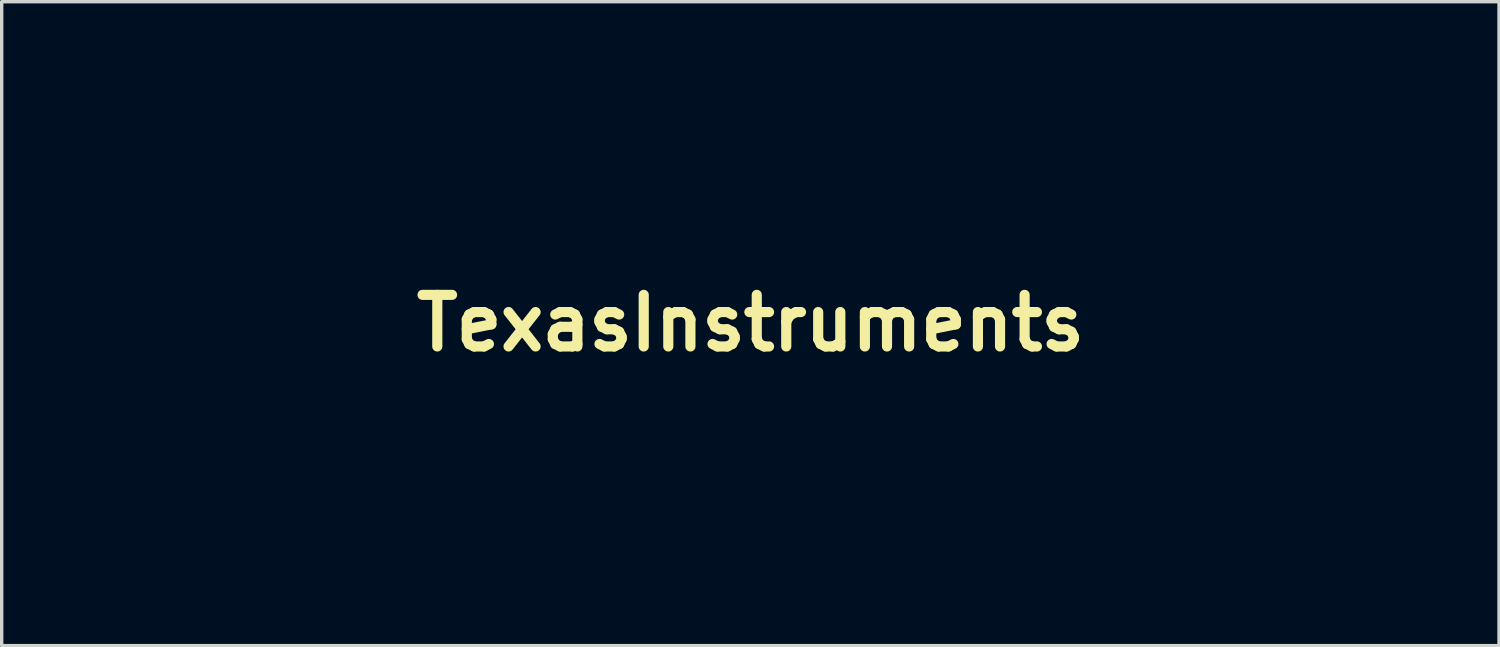
<source format=kicad_pcb>
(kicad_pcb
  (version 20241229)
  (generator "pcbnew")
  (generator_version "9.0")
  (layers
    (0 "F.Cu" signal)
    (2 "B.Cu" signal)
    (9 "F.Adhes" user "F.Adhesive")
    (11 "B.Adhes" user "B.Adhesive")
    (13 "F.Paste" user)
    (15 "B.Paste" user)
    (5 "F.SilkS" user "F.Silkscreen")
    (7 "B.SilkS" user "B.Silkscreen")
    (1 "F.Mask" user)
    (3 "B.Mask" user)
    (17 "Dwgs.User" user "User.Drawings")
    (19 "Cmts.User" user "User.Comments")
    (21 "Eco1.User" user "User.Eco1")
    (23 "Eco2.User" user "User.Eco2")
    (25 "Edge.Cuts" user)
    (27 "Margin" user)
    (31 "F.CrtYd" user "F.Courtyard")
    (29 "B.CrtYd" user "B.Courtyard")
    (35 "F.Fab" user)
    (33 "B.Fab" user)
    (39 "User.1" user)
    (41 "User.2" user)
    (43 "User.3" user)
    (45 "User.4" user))
  (footprint "TexasInstruments"
    (layer "F.Cu")
    (at 19.117 6.492)
    (property "Reference" "TexasInstruments" (at 0 0 0) (layer "F.SilkS") (effects (font (size 1.524 1.524) (thickness 0.3))))
    (attr board_only exclude_from_pos_files exclude_from_bom)
    (fp_poly (pts (xy -13.07 -5.571) (xy -12.945 -5.466) (xy -12.883 -5.372) (xy -12.838 -5.221) (xy -12.854 -5.07) (xy -12.925 -4.934) (xy -13.045 -4.825) (xy -13.122 -4.785) (xy -13.25 -4.747) (xy -13.37 -4.751) (xy -13.509 -4.798) (xy -13.523 -4.804) (xy -13.655 -4.897) (xy -13.739 -5.023) (xy -13.77 -5.168) (xy -13.747 -5.316) (xy -13.665 -5.454) (xy -13.528 -5.567) (xy -13.375 -5.623) (xy -13.217 -5.624)) (stroke (width 0.1) (type solid)) (fill no) (layer "Eco1.User"))
    (fp_poly (pts (xy -13.308 -4.505) (xy -13.191 -4.502) (xy -13.12 -4.495) (xy -13.085 -4.483) (xy -13.076 -4.463) (xy -13.079 -4.448) (xy -13.09 -4.403) (xy -13.112 -4.301) (xy -13.145 -4.147) (xy -13.188 -3.949) (xy -13.238 -3.712) (xy -13.294 -3.445) (xy -13.356 -3.155) (xy -13.401 -2.938) (xy -13.465 -2.636) (xy -13.524 -2.354) (xy -13.579 -2.099) (xy -13.627 -1.878) (xy -13.666 -1.696) (xy -13.696 -1.562) (xy -13.715 -1.482) (xy -13.721 -1.461) (xy -13.759 -1.45) (xy -13.846 -1.442) (xy -13.966 -1.437) (xy -14.104 -1.436) (xy -14.245 -1.437) (xy -14.373 -1.441) (xy -14.472 -1.448) (xy -14.527 -1.458) (xy -14.533 -1.464) (xy -14.527 -1.501) (xy -14.507 -1.597) (xy -14.477 -1.745) (xy -14.437 -1.939) (xy -14.389 -2.172) (xy -14.333 -2.436) (xy -14.272 -2.726) (xy -14.217 -2.988) (xy -14.152 -3.294) (xy -14.092 -3.58) (xy -14.037 -3.838) (xy -13.99 -4.063) (xy -13.951 -4.247) (xy -13.922 -4.385) (xy -13.905 -4.47) (xy -13.9 -4.495) (xy -13.869 -4.499) (xy -13.783 -4.503) (xy -13.657 -4.505) (xy -13.501 -4.506) (xy -13.481 -4.506)) (stroke (width 0.1) (type solid)) (fill no) (layer "Eco1.User"))
    (fp_poly (pts (xy -8.671 2.845) (xy -7.193 2.854) (xy -7.063 3.221) (xy -7.012 3.37) (xy -6.97 3.497) (xy -6.943 3.589) (xy -6.934 3.631) (xy -6.952 3.684) (xy -7.004 3.687) (xy -7.079 3.643) (xy -7.154 3.572) (xy -7.252 3.472) (xy -7.346 3.402) (xy -7.453 3.357) (xy -7.588 3.33) (xy -7.769 3.314) (xy -7.841 3.311) (xy -8.198 3.296) (xy -8.234 3.39) (xy -8.245 3.454) (xy -8.253 3.585) (xy -8.258 3.782) (xy -8.261 4.045) (xy -8.262 4.373) (xy -8.26 4.755) (xy -8.257 5.098) (xy -8.254 5.381) (xy -8.249 5.61) (xy -8.242 5.79) (xy -8.231 5.93) (xy -8.216 6.034) (xy -8.195 6.11) (xy -8.168 6.163) (xy -8.133 6.201) (xy -8.089 6.228) (xy -8.035 6.253) (xy -8.014 6.261) (xy -7.939 6.305) (xy -7.901 6.351) (xy -7.9 6.359) (xy -7.908 6.375) (xy -7.938 6.388) (xy -7.996 6.397) (xy -8.092 6.403) (xy -8.232 6.406) (xy -8.425 6.408) (xy -8.633 6.408) (xy -8.873 6.408) (xy -9.054 6.407) (xy -9.185 6.403) (xy -9.273 6.398) (xy -9.327 6.389) (xy -9.355 6.377) (xy -9.366 6.36) (xy -9.367 6.349) (xy -9.337 6.293) (xy -9.267 6.252) (xy -9.18 6.193) (xy -9.133 6.125) (xy -9.124 6.065) (xy -9.117 5.942) (xy -9.111 5.758) (xy -9.108 5.516) (xy -9.106 5.218) (xy -9.107 4.868) (xy -9.108 4.678) (xy -9.117 3.321) (xy -9.467 3.323) (xy -9.665 3.329) (xy -9.816 3.348) (xy -9.936 3.388) (xy -10.045 3.453) (xy -10.16 3.552) (xy -10.188 3.578) (xy -10.28 3.657) (xy -10.336 3.681) (xy -10.35 3.672) (xy -10.35 3.627) (xy -10.334 3.531) (xy -10.305 3.399) (xy -10.264 3.244) (xy -10.262 3.235) (xy -10.15 2.836)) (stroke (width 0.1) (type solid)) (fill no) (layer "Eco1.User"))
    (fp_poly (pts (xy -18.018 1.703) (xy -17.817 1.707) (xy -17.673 1.714) (xy -17.58 1.726) (xy -17.535 1.744) (xy -17.532 1.768) (xy -17.566 1.801) (xy -17.633 1.842) (xy -17.634 1.843) (xy -17.714 1.908) (xy -17.767 1.986) (xy -17.767 1.987) (xy -17.774 2.04) (xy -17.781 2.156) (xy -17.786 2.332) (xy -17.791 2.566) (xy -17.795 2.852) (xy -17.798 3.19) (xy -17.799 3.574) (xy -17.8 4.002) (xy -17.8 4.042) (xy -17.8 4.468) (xy -17.8 4.833) (xy -17.799 5.141) (xy -17.796 5.397) (xy -17.792 5.606) (xy -17.786 5.775) (xy -17.778 5.907) (xy -17.767 6.008) (xy -17.753 6.082) (xy -17.735 6.136) (xy -17.713 6.174) (xy -17.686 6.2) (xy -17.654 6.221) (xy -17.62 6.24) (xy -17.557 6.293) (xy -17.533 6.347) (xy -17.537 6.367) (xy -17.553 6.382) (xy -17.59 6.393) (xy -17.655 6.4) (xy -17.756 6.405) (xy -17.902 6.407) (xy -18.1 6.408) (xy -18.3 6.408) (xy -18.55 6.408) (xy -18.741 6.406) (xy -18.88 6.402) (xy -18.975 6.395) (xy -19.033 6.386) (xy -19.061 6.374) (xy -19.067 6.361) (xy -19.04 6.318) (xy -18.971 6.263) (xy -18.925 6.235) (xy -18.81 6.151) (xy -18.746 6.048) (xy -18.744 6.041) (xy -18.734 5.992) (xy -18.726 5.902) (xy -18.719 5.769) (xy -18.714 5.587) (xy -18.71 5.354) (xy -18.706 5.067) (xy -18.704 4.723) (xy -18.702 4.316) (xy -18.702 4.022) (xy -18.702 3.598) (xy -18.702 3.236) (xy -18.702 2.931) (xy -18.705 2.677) (xy -18.71 2.469) (xy -18.717 2.302) (xy -18.727 2.171) (xy -18.742 2.07) (xy -18.76 1.996) (xy -18.784 1.942) (xy -18.813 1.903) (xy -18.848 1.874) (xy -18.889 1.85) (xy -18.938 1.826) (xy -18.942 1.825) (xy -19.015 1.781) (xy -19.049 1.743) (xy -19.048 1.733) (xy -19.011 1.724) (xy -18.916 1.716) (xy -18.773 1.71) (xy -18.592 1.705) (xy -18.382 1.703) (xy -18.281 1.702)) (stroke (width 0.1) (type solid)) (fill no) (layer "Eco1.User"))
    (fp_poly (pts (xy 15.862 3.237) (xy 15.915 3.391) (xy 15.955 3.523) (xy 15.979 3.62) (xy 15.985 3.669) (xy 15.984 3.671) (xy 15.937 3.703) (xy 15.872 3.676) (xy 15.785 3.589) (xy 15.771 3.571) (xy 15.685 3.48) (xy 15.592 3.404) (xy 15.557 3.382) (xy 15.472 3.354) (xy 15.346 3.331) (xy 15.197 3.315) (xy 15.043 3.306) (xy 14.9 3.306) (xy 14.787 3.315) (xy 14.72 3.335) (xy 14.717 3.337) (xy 14.704 3.356) (xy 14.694 3.391) (xy 14.685 3.449) (xy 14.679 3.536) (xy 14.674 3.658) (xy 14.67 3.822) (xy 14.668 4.032) (xy 14.667 4.297) (xy 14.667 4.62) (xy 14.667 4.691) (xy 14.668 5.032) (xy 14.67 5.335) (xy 14.674 5.594) (xy 14.68 5.805) (xy 14.686 5.962) (xy 14.694 6.061) (xy 14.7 6.092) (xy 14.764 6.175) (xy 14.866 6.236) (xy 14.96 6.289) (xy 14.999 6.343) (xy 15 6.35) (xy 14.995 6.369) (xy 14.977 6.384) (xy 14.936 6.394) (xy 14.864 6.401) (xy 14.754 6.405) (xy 14.598 6.408) (xy 14.386 6.408) (xy 14.267 6.408) (xy 14.027 6.408) (xy 13.846 6.407) (xy 13.715 6.403) (xy 13.627 6.398) (xy 13.573 6.389) (xy 13.545 6.377) (xy 13.534 6.36) (xy 13.533 6.349) (xy 13.564 6.293) (xy 13.634 6.252) (xy 13.681 6.231) (xy 13.72 6.206) (xy 13.752 6.168) (xy 13.777 6.114) (xy 13.797 6.035) (xy 13.811 5.927) (xy 13.821 5.784) (xy 13.828 5.598) (xy 13.831 5.365) (xy 13.833 5.078) (xy 13.833 4.731) (xy 13.833 4.678) (xy 13.833 4.344) (xy 13.832 4.07) (xy 13.83 3.851) (xy 13.827 3.681) (xy 13.822 3.552) (xy 13.816 3.46) (xy 13.808 3.398) (xy 13.798 3.36) (xy 13.785 3.339) (xy 13.783 3.337) (xy 13.725 3.319) (xy 13.619 3.309) (xy 13.483 3.308) (xy 13.335 3.314) (xy 13.193 3.327) (xy 13.075 3.346) (xy 13 3.369) (xy 12.932 3.415) (xy 12.84 3.491) (xy 12.759 3.565) (xy 12.661 3.652) (xy 12.597 3.688) (xy 12.565 3.671) (xy 12.564 3.599) (xy 12.592 3.468) (xy 12.619 3.371) (xy 12.661 3.225) (xy 12.7 3.087) (xy 12.73 2.983) (xy 12.735 2.962) (xy 12.769 2.837) (xy 15.72 2.837)) (stroke (width 0.1) (type solid)) (fill no) (layer "Eco1.User"))
    (fp_poly (pts (xy -6.015 -3.004) (xy -5.675 -3.004) (xy -5.391 -3.003) (xy -5.158 -3.001) (xy -4.971 -2.999) (xy -4.824 -2.996) (xy -4.713 -2.992) (xy -4.632 -2.986) (xy -4.576 -2.979) (xy -4.54 -2.971) (xy -4.518 -2.96) (xy -4.506 -2.948) (xy -4.502 -2.941) (xy -4.477 -2.885) (xy -4.439 -2.787) (xy -4.392 -2.662) (xy -4.343 -2.526) (xy -4.297 -2.395) (xy -4.26 -2.286) (xy -4.237 -2.214) (xy -4.233 -2.195) (xy -4.257 -2.169) (xy -4.317 -2.179) (xy -4.395 -2.22) (xy -4.439 -2.253) (xy -4.535 -2.32) (xy -4.649 -2.369) (xy -4.79 -2.403) (xy -4.97 -2.423) (xy -5.197 -2.43) (xy -5.42 -2.429) (xy -5.95 -2.42) (xy -5.95 -0.512) (xy -5.95 -0.108) (xy -5.95 0.236) (xy -5.949 0.523) (xy -5.948 0.76) (xy -5.946 0.95) (xy -5.942 1.101) (xy -5.938 1.217) (xy -5.933 1.303) (xy -5.926 1.364) (xy -5.917 1.407) (xy -5.907 1.436) (xy -5.894 1.456) (xy -5.883 1.469) (xy -5.808 1.534) (xy -5.742 1.572) (xy -5.684 1.613) (xy -5.667 1.651) (xy -5.674 1.668) (xy -5.701 1.68) (xy -5.755 1.69) (xy -5.845 1.696) (xy -5.977 1.7) (xy -6.16 1.702) (xy -6.401 1.702) (xy -6.433 1.702) (xy -6.678 1.702) (xy -6.865 1.701) (xy -7 1.698) (xy -7.094 1.693) (xy -7.152 1.685) (xy -7.184 1.674) (xy -7.197 1.658) (xy -7.2 1.637) (xy -7.2 1.635) (xy -7.179 1.581) (xy -7.151 1.569) (xy -7.097 1.548) (xy -7.02 1.495) (xy -6.992 1.471) (xy -6.883 1.374) (xy -6.874 -0.485) (xy -6.872 -0.919) (xy -6.872 -1.29) (xy -6.873 -1.601) (xy -6.875 -1.855) (xy -6.878 -2.055) (xy -6.883 -2.206) (xy -6.889 -2.31) (xy -6.897 -2.371) (xy -6.903 -2.39) (xy -6.934 -2.409) (xy -6.997 -2.422) (xy -7.101 -2.431) (xy -7.254 -2.435) (xy -7.465 -2.437) (xy -7.727 -2.433) (xy -7.935 -2.421) (xy -8.101 -2.397) (xy -8.237 -2.361) (xy -8.355 -2.309) (xy -8.449 -2.251) (xy -8.527 -2.204) (xy -8.581 -2.182) (xy -8.592 -2.183) (xy -8.588 -2.22) (xy -8.566 -2.303) (xy -8.529 -2.419) (xy -8.485 -2.551) (xy -8.436 -2.685) (xy -8.39 -2.807) (xy -8.35 -2.899) (xy -8.344 -2.912) (xy -8.298 -3.004) (xy -6.417 -3.004)) (stroke (width 0.1) (type solid)) (fill no) (layer "Eco1.User"))
    (fp_poly (pts (xy 18.072 2.828) (xy 18.083 2.831) (xy 18.225 2.857) (xy 18.317 2.871) (xy 18.374 2.871) (xy 18.411 2.857) (xy 18.442 2.829) (xy 18.444 2.827) (xy 18.495 2.786) (xy 18.521 2.78) (xy 18.537 2.819) (xy 18.564 2.906) (xy 18.597 3.028) (xy 18.634 3.169) (xy 18.671 3.315) (xy 18.704 3.45) (xy 18.728 3.561) (xy 18.741 3.633) (xy 18.741 3.652) (xy 18.709 3.643) (xy 18.641 3.601) (xy 18.576 3.554) (xy 18.358 3.422) (xy 18.107 3.325) (xy 17.839 3.267) (xy 17.57 3.249) (xy 17.317 3.274) (xy 17.111 3.337) (xy 16.989 3.409) (xy 16.923 3.503) (xy 16.9 3.634) (xy 16.9 3.654) (xy 16.908 3.732) (xy 16.938 3.801) (xy 16.995 3.862) (xy 17.087 3.921) (xy 17.219 3.981) (xy 17.399 4.046) (xy 17.633 4.119) (xy 17.817 4.173) (xy 18.135 4.274) (xy 18.394 4.381) (xy 18.6 4.497) (xy 18.762 4.627) (xy 18.886 4.776) (xy 18.956 4.899) (xy 19.026 5.107) (xy 19.052 5.336) (xy 19.033 5.563) (xy 18.978 5.744) (xy 18.851 5.945) (xy 18.671 6.111) (xy 18.441 6.242) (xy 18.164 6.336) (xy 17.846 6.393) (xy 17.49 6.41) (xy 17.1 6.388) (xy 16.86 6.356) (xy 16.707 6.332) (xy 16.605 6.321) (xy 16.541 6.321) (xy 16.5 6.333) (xy 16.47 6.356) (xy 16.411 6.397) (xy 16.379 6.408) (xy 16.356 6.379) (xy 16.314 6.298) (xy 16.257 6.176) (xy 16.191 6.024) (xy 16.151 5.926) (xy 16.076 5.738) (xy 16.025 5.602) (xy 15.996 5.507) (xy 15.985 5.446) (xy 15.99 5.408) (xy 15.999 5.392) (xy 16.028 5.369) (xy 16.065 5.375) (xy 16.123 5.417) (xy 16.202 5.49) (xy 16.467 5.703) (xy 16.742 5.854) (xy 17.038 5.947) (xy 17.366 5.986) (xy 17.467 5.988) (xy 17.639 5.984) (xy 17.766 5.971) (xy 17.869 5.945) (xy 17.941 5.917) (xy 18.093 5.82) (xy 18.188 5.699) (xy 18.226 5.564) (xy 18.206 5.426) (xy 18.13 5.293) (xy 17.997 5.177) (xy 17.931 5.139) (xy 17.856 5.108) (xy 17.733 5.065) (xy 17.575 5.013) (xy 17.398 4.96) (xy 17.333 4.941) (xy 17.061 4.859) (xy 16.844 4.783) (xy 16.673 4.709) (xy 16.538 4.633) (xy 16.429 4.551) (xy 16.404 4.529) (xy 16.261 4.35) (xy 16.17 4.143) (xy 16.132 3.92) (xy 16.145 3.694) (xy 16.209 3.475) (xy 16.325 3.278) (xy 16.445 3.151) (xy 16.702 2.973) (xy 16.993 2.851) (xy 17.319 2.786) (xy 17.679 2.779)) (stroke (width 0.1) (type solid)) (fill no) (layer "Eco1.User"))
    (fp_poly (pts (xy 7.384 -1.864) (xy 7.558 -1.852) (xy 7.65 -1.838) (xy 7.768 -1.812) (xy 7.881 -1.787) (xy 7.892 -1.785) (xy 7.967 -1.774) (xy 7.997 -1.792) (xy 8 -1.815) (xy 8.015 -1.865) (xy 8.051 -1.865) (xy 8.097 -1.822) (xy 8.141 -1.741) (xy 8.146 -1.727) (xy 8.185 -1.621) (xy 8.236 -1.483) (xy 8.283 -1.356) (xy 8.333 -1.211) (xy 8.359 -1.116) (xy 8.36 -1.058) (xy 8.339 -1.025) (xy 8.314 -1.012) (xy 8.254 -1.023) (xy 8.168 -1.085) (xy 8.139 -1.112) (xy 7.956 -1.254) (xy 7.742 -1.353) (xy 7.486 -1.41) (xy 7.284 -1.428) (xy 7.091 -1.431) (xy 6.925 -1.422) (xy 6.806 -1.404) (xy 6.803 -1.403) (xy 6.652 -1.339) (xy 6.54 -1.243) (xy 6.476 -1.129) (xy 6.467 -1.061) (xy 6.479 -0.961) (xy 6.519 -0.875) (xy 6.595 -0.801) (xy 6.714 -0.732) (xy 6.882 -0.664) (xy 7.108 -0.592) (xy 7.184 -0.57) (xy 7.481 -0.482) (xy 7.722 -0.401) (xy 7.917 -0.324) (xy 8.075 -0.245) (xy 8.206 -0.16) (xy 8.319 -0.063) (xy 8.387 0.006) (xy 8.5 0.151) (xy 8.571 0.303) (xy 8.606 0.48) (xy 8.614 0.668) (xy 8.583 0.929) (xy 8.495 1.158) (xy 8.349 1.352) (xy 8.147 1.512) (xy 7.887 1.638) (xy 7.664 1.707) (xy 7.414 1.75) (xy 7.131 1.766) (xy 6.838 1.756) (xy 6.56 1.72) (xy 6.356 1.67) (xy 6.128 1.598) (xy 6.049 1.683) (xy 5.989 1.741) (xy 5.946 1.769) (xy 5.943 1.769) (xy 5.924 1.739) (xy 5.888 1.656) (xy 5.841 1.53) (xy 5.785 1.372) (xy 5.742 1.247) (xy 5.685 1.07) (xy 5.638 0.916) (xy 5.605 0.795) (xy 5.587 0.717) (xy 5.586 0.696) (xy 5.636 0.668) (xy 5.707 0.693) (xy 5.787 0.766) (xy 5.908 0.881) (xy 6.073 0.998) (xy 6.262 1.105) (xy 6.452 1.188) (xy 6.513 1.209) (xy 6.741 1.262) (xy 6.975 1.286) (xy 7.203 1.283) (xy 7.413 1.254) (xy 7.59 1.2) (xy 7.723 1.122) (xy 7.766 1.078) (xy 7.815 0.972) (xy 7.833 0.838) (xy 7.82 0.704) (xy 7.781 0.608) (xy 7.708 0.536) (xy 7.586 0.464) (xy 7.411 0.39) (xy 7.178 0.311) (xy 6.983 0.253) (xy 6.688 0.165) (xy 6.45 0.08) (xy 6.261 -0.006) (xy 6.112 -0.099) (xy 5.994 -0.203) (xy 5.9 -0.323) (xy 5.849 -0.406) (xy 5.798 -0.51) (xy 5.768 -0.602) (xy 5.755 -0.711) (xy 5.751 -0.851) (xy 5.765 -1.062) (xy 5.812 -1.231) (xy 5.901 -1.377) (xy 6.029 -1.511) (xy 6.22 -1.655) (xy 6.435 -1.758) (xy 6.641 -1.819) (xy 6.789 -1.843) (xy 6.977 -1.859) (xy 7.183 -1.866)) (stroke (width 0.1) (type solid)) (fill no) (layer "Eco1.User"))
    (fp_poly (pts (xy -10.79 2.8) (xy -10.761 2.88) (xy -10.725 2.996) (xy -10.684 3.133) (xy -10.645 3.277) (xy -10.609 3.413) (xy -10.582 3.526) (xy -10.568 3.602) (xy -10.567 3.618) (xy -10.578 3.661) (xy -10.616 3.664) (xy -10.688 3.625) (xy -10.791 3.55) (xy -11.002 3.414) (xy -11.225 3.322) (xy -11.46 3.269) (xy -11.704 3.246) (xy -11.927 3.257) (xy -12.122 3.298) (xy -12.281 3.366) (xy -12.395 3.46) (xy -12.458 3.575) (xy -12.467 3.644) (xy -12.461 3.725) (xy -12.438 3.792) (xy -12.392 3.851) (xy -12.314 3.905) (xy -12.199 3.959) (xy -12.039 4.017) (xy -11.826 4.084) (xy -11.627 4.142) (xy -11.337 4.229) (xy -11.104 4.31) (xy -10.916 4.39) (xy -10.764 4.472) (xy -10.638 4.562) (xy -10.584 4.609) (xy -10.443 4.758) (xy -10.351 4.908) (xy -10.298 5.081) (xy -10.274 5.292) (xy -10.269 5.444) (xy -10.277 5.556) (xy -10.302 5.654) (xy -10.334 5.735) (xy -10.459 5.942) (xy -10.639 6.113) (xy -10.873 6.247) (xy -11.16 6.344) (xy -11.32 6.378) (xy -11.474 6.395) (xy -11.673 6.402) (xy -11.9 6.4) (xy -12.134 6.389) (xy -12.356 6.371) (xy -12.546 6.346) (xy -12.589 6.338) (xy -12.708 6.317) (xy -12.785 6.315) (xy -12.842 6.331) (xy -12.88 6.353) (xy -12.949 6.393) (xy -12.993 6.408) (xy -13.013 6.379) (xy -13.05 6.296) (xy -13.099 6.172) (xy -13.157 6.017) (xy -13.193 5.916) (xy -13.258 5.729) (xy -13.302 5.594) (xy -13.328 5.502) (xy -13.337 5.444) (xy -13.332 5.408) (xy -13.315 5.386) (xy -13.311 5.383) (xy -13.275 5.368) (xy -13.232 5.381) (xy -13.169 5.429) (xy -13.079 5.514) (xy -12.851 5.708) (xy -12.612 5.847) (xy -12.35 5.937) (xy -12.052 5.982) (xy -11.85 5.989) (xy -11.683 5.987) (xy -11.563 5.978) (xy -11.47 5.958) (xy -11.385 5.925) (xy -11.361 5.914) (xy -11.216 5.821) (xy -11.13 5.709) (xy -11.095 5.568) (xy -11.094 5.535) (xy -11.105 5.423) (xy -11.147 5.327) (xy -11.225 5.242) (xy -11.347 5.164) (xy -11.517 5.089) (xy -11.742 5.013) (xy -11.956 4.951) (xy -12.285 4.851) (xy -12.554 4.746) (xy -12.767 4.632) (xy -12.93 4.504) (xy -13.05 4.358) (xy -13.131 4.188) (xy -13.179 3.991) (xy -13.185 3.951) (xy -13.183 3.725) (xy -13.122 3.511) (xy -13.006 3.314) (xy -12.842 3.14) (xy -12.637 2.994) (xy -12.396 2.88) (xy -12.126 2.805) (xy -11.832 2.772) (xy -11.768 2.771) (xy -11.608 2.78) (xy -11.422 2.801) (xy -11.247 2.832) (xy -11.233 2.835) (xy -11.097 2.864) (xy -11.01 2.879) (xy -10.956 2.879) (xy -10.922 2.864) (xy -10.891 2.834) (xy -10.89 2.834) (xy -10.837 2.786) (xy -10.806 2.77)) (stroke (width 0.1) (type solid)) (fill no) (layer "Eco1.User"))
    (fp_poly (pts (xy -15.211 3.823) (xy -14.317 4.809) (xy -14.308 4.071) (xy -14.305 3.788) (xy -14.307 3.564) (xy -14.314 3.391) (xy -14.328 3.26) (xy -14.349 3.164) (xy -14.38 3.095) (xy -14.422 3.044) (xy -14.475 3.004) (xy -14.485 2.998) (xy -14.558 2.944) (xy -14.598 2.894) (xy -14.6 2.884) (xy -14.589 2.866) (xy -14.551 2.854) (xy -14.477 2.845) (xy -14.359 2.84) (xy -14.188 2.837) (xy -14.033 2.837) (xy -13.822 2.838) (xy -13.668 2.841) (xy -13.564 2.847) (xy -13.502 2.857) (xy -13.472 2.871) (xy -13.467 2.884) (xy -13.494 2.927) (xy -13.563 2.977) (xy -13.592 2.993) (xy -13.645 3.02) (xy -13.69 3.047) (xy -13.727 3.08) (xy -13.757 3.125) (xy -13.781 3.187) (xy -13.799 3.273) (xy -13.813 3.388) (xy -13.822 3.537) (xy -13.828 3.726) (xy -13.831 3.962) (xy -13.833 4.249) (xy -13.833 4.594) (xy -13.833 4.848) (xy -13.833 5.211) (xy -13.834 5.513) (xy -13.835 5.76) (xy -13.837 5.956) (xy -13.839 6.109) (xy -13.843 6.223) (xy -13.849 6.303) (xy -13.856 6.357) (xy -13.865 6.388) (xy -13.876 6.403) (xy -13.89 6.408) (xy -13.895 6.408) (xy -13.932 6.384) (xy -14.012 6.314) (xy -14.131 6.2) (xy -14.288 6.044) (xy -14.48 5.85) (xy -14.704 5.621) (xy -14.958 5.357) (xy -15.154 5.153) (xy -16.35 3.897) (xy -16.361 4.059) (xy -16.363 4.137) (xy -16.365 4.27) (xy -16.365 4.448) (xy -16.365 4.66) (xy -16.363 4.895) (xy -16.361 5.107) (xy -16.356 5.398) (xy -16.35 5.629) (xy -16.342 5.81) (xy -16.329 5.946) (xy -16.31 6.047) (xy -16.284 6.119) (xy -16.25 6.17) (xy -16.205 6.209) (xy -16.153 6.24) (xy -16.09 6.293) (xy -16.067 6.347) (xy -16.071 6.37) (xy -16.091 6.387) (xy -16.135 6.397) (xy -16.213 6.404) (xy -16.336 6.407) (xy -16.511 6.408) (xy -16.6 6.408) (xy -16.803 6.408) (xy -16.949 6.404) (xy -17.046 6.398) (xy -17.103 6.388) (xy -17.129 6.373) (xy -17.133 6.359) (xy -17.106 6.312) (xy -17.04 6.262) (xy -17.031 6.257) (xy -16.985 6.231) (xy -16.946 6.202) (xy -16.915 6.163) (xy -16.89 6.109) (xy -16.871 6.033) (xy -16.857 5.93) (xy -16.846 5.792) (xy -16.84 5.615) (xy -16.836 5.393) (xy -16.834 5.118) (xy -16.833 4.785) (xy -16.833 4.609) (xy -16.834 4.271) (xy -16.836 3.967) (xy -16.84 3.703) (xy -16.845 3.484) (xy -16.851 3.316) (xy -16.859 3.204) (xy -16.866 3.155) (xy -16.916 3.082) (xy -16.998 3.012) (xy -17.016 3) (xy -17.09 2.946) (xy -17.131 2.895) (xy -17.133 2.884) (xy -17.122 2.866) (xy -17.082 2.853) (xy -17.006 2.844) (xy -16.883 2.839) (xy -16.706 2.837) (xy -16.619 2.837) (xy -16.106 2.837)) (stroke (width 0.1) (type solid)) (fill no) (layer "Eco1.User"))
    (fp_poly (pts (xy 0.01 2.838) (xy 0.163 2.841) (xy 0.266 2.846) (xy 0.329 2.856) (xy 0.359 2.869) (xy 0.367 2.886) (xy 0.34 2.935) (xy 0.275 2.983) (xy 0.273 2.984) (xy 0.224 3.01) (xy 0.184 3.035) (xy 0.153 3.068) (xy 0.129 3.114) (xy 0.11 3.18) (xy 0.096 3.274) (xy 0.087 3.402) (xy 0.08 3.57) (xy 0.074 3.787) (xy 0.07 4.057) (xy 0.066 4.319) (xy 0.061 4.631) (xy 0.056 4.883) (xy 0.052 5.084) (xy 0.046 5.242) (xy 0.039 5.363) (xy 0.03 5.456) (xy 0.019 5.528) (xy 0.005 5.587) (xy -0.012 5.64) (xy -0.031 5.689) (xy -0.144 5.894) (xy -0.306 6.081) (xy -0.501 6.233) (xy -0.614 6.295) (xy -0.905 6.397) (xy -1.23 6.455) (xy -1.57 6.469) (xy -1.888 6.439) (xy -2.185 6.363) (xy -2.45 6.245) (xy -2.674 6.09) (xy -2.853 5.902) (xy -2.977 5.688) (xy -3.004 5.613) (xy -3.016 5.54) (xy -3.028 5.404) (xy -3.039 5.206) (xy -3.048 4.95) (xy -3.057 4.639) (xy -3.063 4.317) (xy -3.083 3.143) (xy -3.162 3.058) (xy -3.237 2.997) (xy -3.309 2.964) (xy -3.312 2.964) (xy -3.374 2.932) (xy -3.394 2.895) (xy -3.393 2.876) (xy -3.378 2.862) (xy -3.341 2.852) (xy -3.272 2.845) (xy -3.166 2.84) (xy -3.013 2.838) (xy -2.806 2.837) (xy -2.667 2.837) (xy -2.426 2.837) (xy -2.245 2.839) (xy -2.114 2.842) (xy -2.026 2.847) (xy -1.972 2.856) (xy -1.946 2.868) (xy -1.939 2.884) (xy -1.94 2.895) (xy -1.978 2.947) (xy -2.021 2.964) (xy -2.092 2.995) (xy -2.168 3.055) (xy -2.171 3.058) (xy -2.25 3.143) (xy -2.26 4.25) (xy -2.263 4.6) (xy -2.262 4.891) (xy -2.257 5.128) (xy -2.246 5.318) (xy -2.227 5.468) (xy -2.199 5.585) (xy -2.161 5.675) (xy -2.11 5.745) (xy -2.045 5.801) (xy -1.965 5.851) (xy -1.881 5.894) (xy -1.773 5.941) (xy -1.67 5.969) (xy -1.548 5.983) (xy -1.407 5.987) (xy -1.128 5.973) (xy -0.899 5.92) (xy -0.716 5.826) (xy -0.572 5.688) (xy -0.491 5.562) (xy -0.471 5.523) (xy -0.454 5.482) (xy -0.442 5.433) (xy -0.432 5.367) (xy -0.426 5.279) (xy -0.421 5.158) (xy -0.419 4.999) (xy -0.417 4.794) (xy -0.417 4.535) (xy -0.417 4.322) (xy -0.417 3.999) (xy -0.419 3.736) (xy -0.423 3.529) (xy -0.429 3.373) (xy -0.437 3.26) (xy -0.447 3.187) (xy -0.459 3.147) (xy -0.459 3.146) (xy -0.516 3.084) (xy -0.604 3.02) (xy -0.634 3.003) (xy -0.715 2.952) (xy -0.762 2.902) (xy -0.767 2.886) (xy -0.758 2.868) (xy -0.725 2.855) (xy -0.659 2.846) (xy -0.553 2.84) (xy -0.396 2.838) (xy -0.2 2.837)) (stroke (width 0.1) (type solid)) (fill no) (layer "Eco1.User"))
    (fp_poly (pts (xy 10.82 3.827) (xy 11.043 4.074) (xy 11.226 4.275) (xy 11.373 4.435) (xy 11.487 4.557) (xy 11.574 4.645) (xy 11.636 4.704) (xy 11.678 4.738) (xy 11.704 4.75) (xy 11.718 4.744) (xy 11.725 4.725) (xy 11.728 4.703) (xy 11.734 4.594) (xy 11.737 4.443) (xy 11.736 4.262) (xy 11.733 4.062) (xy 11.727 3.855) (xy 11.718 3.654) (xy 11.709 3.471) (xy 11.698 3.318) (xy 11.686 3.206) (xy 11.674 3.148) (xy 11.673 3.146) (xy 11.617 3.084) (xy 11.529 3.02) (xy 11.499 3.003) (xy 11.419 2.952) (xy 11.372 2.902) (xy 11.367 2.886) (xy 11.376 2.868) (xy 11.409 2.855) (xy 11.474 2.846) (xy 11.581 2.84) (xy 11.737 2.838) (xy 11.933 2.837) (xy 12.165 2.839) (xy 12.334 2.844) (xy 12.442 2.853) (xy 12.494 2.867) (xy 12.5 2.874) (xy 12.477 2.915) (xy 12.417 2.982) (xy 12.358 3.037) (xy 12.217 3.163) (xy 12.207 4.786) (xy 12.205 5.157) (xy 12.203 5.466) (xy 12.2 5.72) (xy 12.197 5.924) (xy 12.194 6.083) (xy 12.189 6.203) (xy 12.184 6.289) (xy 12.177 6.347) (xy 12.168 6.383) (xy 12.157 6.401) (xy 12.144 6.408) (xy 12.135 6.408) (xy 12.097 6.384) (xy 12.016 6.313) (xy 11.894 6.197) (xy 11.733 6.038) (xy 11.535 5.838) (xy 11.303 5.6) (xy 11.039 5.325) (xy 10.877 5.156) (xy 9.683 3.904) (xy 9.675 4.902) (xy 9.672 5.219) (xy 9.673 5.476) (xy 9.676 5.681) (xy 9.685 5.84) (xy 9.698 5.961) (xy 9.718 6.051) (xy 9.745 6.117) (xy 9.781 6.165) (xy 9.826 6.203) (xy 9.857 6.224) (xy 9.927 6.283) (xy 9.964 6.341) (xy 9.965 6.35) (xy 9.961 6.371) (xy 9.94 6.387) (xy 9.894 6.397) (xy 9.813 6.404) (xy 9.689 6.407) (xy 9.511 6.408) (xy 9.4 6.408) (xy 9.19 6.408) (xy 9.037 6.405) (xy 8.934 6.399) (xy 8.872 6.39) (xy 8.841 6.376) (xy 8.833 6.359) (xy 8.861 6.315) (xy 8.93 6.262) (xy 8.969 6.24) (xy 9.024 6.211) (xy 9.069 6.182) (xy 9.105 6.144) (xy 9.134 6.094) (xy 9.157 6.024) (xy 9.174 5.928) (xy 9.185 5.8) (xy 9.193 5.634) (xy 9.197 5.423) (xy 9.199 5.163) (xy 9.2 4.845) (xy 9.2 4.606) (xy 9.2 4.248) (xy 9.199 3.951) (xy 9.196 3.708) (xy 9.191 3.514) (xy 9.182 3.363) (xy 9.169 3.248) (xy 9.15 3.163) (xy 9.126 3.103) (xy 9.095 3.061) (xy 9.056 3.031) (xy 9.008 3.008) (xy 8.971 2.993) (xy 8.887 2.949) (xy 8.838 2.903) (xy 8.833 2.887) (xy 8.842 2.868) (xy 8.874 2.855) (xy 8.938 2.846) (xy 9.043 2.84) (xy 9.197 2.838) (xy 9.378 2.837) (xy 9.922 2.837)) (stroke (width 0.1) (type solid)) (fill no) (layer "Eco1.User"))
    (fp_poly (pts (xy -2.2 -1.51) (xy -2.144 -1.365) (xy -2.098 -1.243) (xy -2.067 -1.156) (xy -2.056 -1.12) (xy -2.07 -1.082) (xy -2.123 -1.079) (xy -2.202 -1.11) (xy -2.291 -1.169) (xy -2.302 -1.178) (xy -2.394 -1.249) (xy -2.491 -1.301) (xy -2.606 -1.339) (xy -2.748 -1.364) (xy -2.929 -1.378) (xy -3.16 -1.384) (xy -3.303 -1.385) (xy -3.525 -1.384) (xy -3.689 -1.379) (xy -3.802 -1.37) (xy -3.874 -1.357) (xy -3.911 -1.339) (xy -3.934 -1.311) (xy -3.95 -1.261) (xy -3.96 -1.181) (xy -3.965 -1.058) (xy -3.967 -0.88) (xy -3.967 -0.847) (xy -3.967 -0.401) (xy -3.442 -0.401) (xy -3.187 -0.403) (xy -2.99 -0.413) (xy -2.844 -0.429) (xy -2.741 -0.456) (xy -2.673 -0.492) (xy -2.632 -0.541) (xy -2.626 -0.553) (xy -2.578 -0.614) (xy -2.528 -0.634) (xy -2.504 -0.629) (xy -2.487 -0.608) (xy -2.476 -0.561) (xy -2.47 -0.477) (xy -2.467 -0.346) (xy -2.467 -0.167) (xy -2.467 0.019) (xy -2.47 0.148) (xy -2.477 0.231) (xy -2.488 0.277) (xy -2.505 0.297) (xy -2.525 0.3) (xy -2.581 0.273) (xy -2.635 0.208) (xy -2.637 0.205) (xy -2.669 0.159) (xy -2.712 0.125) (xy -2.774 0.1) (xy -2.865 0.083) (xy -2.994 0.073) (xy -3.17 0.068) (xy -3.402 0.067) (xy -3.438 0.067) (xy -3.967 0.067) (xy -3.967 0.611) (xy -3.965 0.845) (xy -3.958 1.017) (xy -3.947 1.13) (xy -3.932 1.188) (xy -3.927 1.195) (xy -3.887 1.21) (xy -3.799 1.221) (xy -3.659 1.229) (xy -3.462 1.234) (xy -3.216 1.235) (xy -2.934 1.233) (xy -2.708 1.225) (xy -2.53 1.21) (xy -2.39 1.186) (xy -2.277 1.151) (xy -2.183 1.103) (xy -2.097 1.04) (xy -2.063 1.011) (xy -1.978 0.944) (xy -1.918 0.917) (xy -1.9 0.921) (xy -1.896 0.966) (xy -1.913 1.063) (xy -1.948 1.203) (xy -1.981 1.318) (xy -2.092 1.686) (xy -3.596 1.694) (xy -3.955 1.696) (xy -4.254 1.697) (xy -4.496 1.697) (xy -4.689 1.696) (xy -4.837 1.693) (xy -4.945 1.689) (xy -5.021 1.683) (xy -5.068 1.675) (xy -5.092 1.666) (xy -5.1 1.654) (xy -5.1 1.653) (xy -5.072 1.608) (xy -5.003 1.563) (xy -4.988 1.556) (xy -4.936 1.535) (xy -4.893 1.513) (xy -4.859 1.485) (xy -4.831 1.446) (xy -4.809 1.388) (xy -4.793 1.307) (xy -4.782 1.196) (xy -4.774 1.049) (xy -4.77 0.86) (xy -4.767 0.624) (xy -4.767 0.334) (xy -4.767 -0.016) (xy -4.767 -0.092) (xy -4.767 -1.538) (xy -4.847 -1.619) (xy -4.93 -1.683) (xy -5.014 -1.721) (xy -5.084 -1.761) (xy -5.1 -1.806) (xy -5.098 -1.822) (xy -5.087 -1.834) (xy -5.062 -1.845) (xy -5.016 -1.853) (xy -4.944 -1.859) (xy -4.84 -1.863) (xy -4.697 -1.866) (xy -4.51 -1.868) (xy -4.273 -1.869) (xy -3.979 -1.869) (xy -3.719 -1.869) (xy -2.338 -1.869)) (stroke (width 0.1) (type solid)) (fill no) (layer "Eco1.User"))
    (fp_poly (pts (xy 8.449 3.211) (xy 8.501 3.387) (xy 8.532 3.517) (xy 8.541 3.596) (xy 8.536 3.616) (xy 8.492 3.615) (xy 8.413 3.567) (xy 8.368 3.53) (xy 8.259 3.45) (xy 8.138 3.391) (xy 7.992 3.349) (xy 7.812 3.322) (xy 7.586 3.308) (xy 7.337 3.304) (xy 7.149 3.307) (xy 6.985 3.313) (xy 6.857 3.322) (xy 6.779 3.334) (xy 6.764 3.339) (xy 6.739 3.358) (xy 6.721 3.39) (xy 6.71 3.445) (xy 6.703 3.536) (xy 6.701 3.673) (xy 6.7 3.84) (xy 6.7 4.306) (xy 7.169 4.306) (xy 7.432 4.301) (xy 7.637 4.288) (xy 7.79 4.264) (xy 7.898 4.227) (xy 7.968 4.177) (xy 7.989 4.151) (xy 8.048 4.093) (xy 8.104 4.072) (xy 8.129 4.076) (xy 8.146 4.096) (xy 8.157 4.142) (xy 8.163 4.223) (xy 8.166 4.35) (xy 8.167 4.534) (xy 8.167 4.539) (xy 8.166 4.724) (xy 8.164 4.853) (xy 8.158 4.935) (xy 8.147 4.981) (xy 8.13 5.002) (xy 8.105 5.007) (xy 8.102 5.007) (xy 8.041 4.978) (xy 8.016 4.937) (xy 7.984 4.881) (xy 7.925 4.838) (xy 7.831 4.808) (xy 7.694 4.788) (xy 7.507 4.777) (xy 7.262 4.773) (xy 7.234 4.773) (xy 6.7 4.773) (xy 6.7 5.322) (xy 6.701 5.527) (xy 6.703 5.674) (xy 6.708 5.775) (xy 6.717 5.84) (xy 6.732 5.878) (xy 6.752 5.899) (xy 6.764 5.907) (xy 6.822 5.919) (xy 6.934 5.929) (xy 7.086 5.936) (xy 7.266 5.94) (xy 7.461 5.94) (xy 7.659 5.938) (xy 7.846 5.933) (xy 8.009 5.926) (xy 8.136 5.915) (xy 8.197 5.905) (xy 8.328 5.861) (xy 8.46 5.793) (xy 8.503 5.763) (xy 8.592 5.696) (xy 8.663 5.643) (xy 8.687 5.625) (xy 8.745 5.612) (xy 8.765 5.626) (xy 8.77 5.674) (xy 8.744 5.779) (xy 8.687 5.941) (xy 8.655 6.026) (xy 8.511 6.392) (xy 7.039 6.4) (xy 6.687 6.402) (xy 6.396 6.404) (xy 6.16 6.404) (xy 5.973 6.403) (xy 5.83 6.401) (xy 5.725 6.397) (xy 5.653 6.391) (xy 5.606 6.384) (xy 5.581 6.374) (xy 5.57 6.362) (xy 5.568 6.35) (xy 5.595 6.295) (xy 5.66 6.235) (xy 5.676 6.224) (xy 5.721 6.194) (xy 5.757 6.16) (xy 5.787 6.117) (xy 5.811 6.057) (xy 5.829 5.976) (xy 5.842 5.865) (xy 5.851 5.721) (xy 5.857 5.535) (xy 5.861 5.302) (xy 5.862 5.016) (xy 5.863 4.671) (xy 5.863 4.606) (xy 5.863 4.248) (xy 5.861 3.951) (xy 5.858 3.708) (xy 5.853 3.515) (xy 5.844 3.363) (xy 5.831 3.248) (xy 5.814 3.164) (xy 5.792 3.103) (xy 5.763 3.062) (xy 5.728 3.032) (xy 5.686 3.009) (xy 5.676 3.004) (xy 5.602 2.954) (xy 5.568 2.901) (xy 5.567 2.895) (xy 5.571 2.881) (xy 5.585 2.869) (xy 5.615 2.86) (xy 5.669 2.852) (xy 5.751 2.847) (xy 5.868 2.843) (xy 6.025 2.84) (xy 6.228 2.838) (xy 6.484 2.837) (xy 6.798 2.837) (xy 6.949 2.837) (xy 8.331 2.837)) (stroke (width 0.1) (type solid)) (fill no) (layer "Eco1.User"))
    (fp_poly (pts (xy -5.554 2.834) (xy -5.307 2.838) (xy -5.072 2.844) (xy -4.859 2.852) (xy -4.676 2.862) (xy -4.533 2.874) (xy -4.437 2.888) (xy -4.434 2.889) (xy -4.173 2.977) (xy -3.959 3.106) (xy -3.796 3.27) (xy -3.688 3.467) (xy -3.637 3.693) (xy -3.634 3.775) (xy -3.663 4.008) (xy -3.749 4.207) (xy -3.891 4.371) (xy -4.089 4.499) (xy -4.343 4.591) (xy -4.409 4.607) (xy -4.6 4.65) (xy -4.442 4.741) (xy -4.254 4.878) (xy -4.059 5.077) (xy -3.861 5.332) (xy -3.686 5.602) (xy -3.548 5.823) (xy -3.431 5.988) (xy -3.328 6.105) (xy -3.236 6.179) (xy -3.148 6.217) (xy -3.137 6.219) (xy -3.065 6.242) (xy -3.033 6.269) (xy -3.033 6.27) (xy -3.065 6.314) (xy -3.155 6.349) (xy -3.293 6.375) (xy -3.472 6.389) (xy -3.583 6.391) (xy -3.744 6.389) (xy -3.858 6.381) (xy -3.946 6.363) (xy -4.027 6.331) (xy -4.088 6.301) (xy -4.215 6.221) (xy -4.331 6.118) (xy -4.442 5.982) (xy -4.556 5.804) (xy -4.682 5.573) (xy -4.701 5.536) (xy -4.819 5.311) (xy -4.92 5.139) (xy -5.013 5.015) (xy -5.105 4.93) (xy -5.207 4.878) (xy -5.325 4.85) (xy -5.47 4.84) (xy -5.532 4.84) (xy -5.8 4.84) (xy -5.8 5.408) (xy -5.798 5.661) (xy -5.789 5.856) (xy -5.773 6.002) (xy -5.747 6.106) (xy -5.708 6.177) (xy -5.656 6.225) (xy -5.601 6.252) (xy -5.525 6.298) (xy -5.5 6.349) (xy -5.504 6.369) (xy -5.522 6.383) (xy -5.562 6.394) (xy -5.633 6.401) (xy -5.741 6.405) (xy -5.897 6.408) (xy -6.107 6.408) (xy -6.217 6.408) (xy -6.458 6.408) (xy -6.641 6.405) (xy -6.772 6.401) (xy -6.859 6.394) (xy -6.909 6.384) (xy -6.931 6.37) (xy -6.933 6.362) (xy -6.907 6.317) (xy -6.841 6.261) (xy -6.816 6.246) (xy -6.732 6.179) (xy -6.673 6.104) (xy -6.666 6.09) (xy -6.658 6.035) (xy -6.651 5.923) (xy -6.645 5.761) (xy -6.641 5.558) (xy -6.637 5.324) (xy -6.635 5.067) (xy -6.633 4.796) (xy -6.633 4.519) (xy -6.634 4.406) (xy -5.8 4.406) (xy -5.485 4.406) (xy -5.323 4.402) (xy -5.164 4.391) (xy -5.036 4.376) (xy -5.003 4.37) (xy -4.813 4.305) (xy -4.656 4.203) (xy -4.54 4.073) (xy -4.476 3.925) (xy -4.467 3.841) (xy -4.498 3.668) (xy -4.582 3.506) (xy -4.708 3.376) (xy -4.767 3.338) (xy -4.838 3.302) (xy -4.906 3.278) (xy -4.988 3.263) (xy -5.1 3.256) (xy -5.258 3.254) (xy -5.311 3.254) (xy -5.481 3.255) (xy -5.598 3.26) (xy -5.672 3.269) (xy -5.718 3.286) (xy -5.747 3.312) (xy -5.753 3.319) (xy -5.772 3.363) (xy -5.786 3.44) (xy -5.795 3.558) (xy -5.799 3.727) (xy -5.8 3.895) (xy -5.8 4.406) (xy -6.634 4.406) (xy -6.634 4.245) (xy -6.636 3.984) (xy -6.64 3.743) (xy -6.644 3.532) (xy -6.65 3.359) (xy -6.656 3.233) (xy -6.664 3.163) (xy -6.666 3.155) (xy -6.716 3.082) (xy -6.798 3.012) (xy -6.816 3) (xy -6.89 2.946) (xy -6.931 2.895) (xy -6.933 2.884) (xy -6.901 2.87) (xy -6.812 2.858) (xy -6.673 2.848) (xy -6.494 2.841) (xy -6.284 2.836) (xy -6.052 2.833) (xy -5.805 2.832)) (stroke (width 0.1) (type solid)) (fill no) (layer "Eco1.User"))
    (fp_poly (pts (xy 2.275 3.989) (xy 2.403 4.244) (xy 2.522 4.48) (xy 2.629 4.69) (xy 2.72 4.867) (xy 2.792 5.006) (xy 2.842 5.098) (xy 2.867 5.139) (xy 2.868 5.14) (xy 2.888 5.112) (xy 2.936 5.031) (xy 3.009 4.905) (xy 3.103 4.738) (xy 3.215 4.538) (xy 3.341 4.311) (xy 3.478 4.062) (xy 3.518 3.989) (xy 4.15 2.839) (xy 4.658 2.838) (xy 4.857 2.839) (xy 4.999 2.842) (xy 5.091 2.849) (xy 5.143 2.86) (xy 5.165 2.876) (xy 5.167 2.885) (xy 5.14 2.927) (xy 5.071 2.982) (xy 5.025 3.01) (xy 4.972 3.042) (xy 4.928 3.077) (xy 4.892 3.121) (xy 4.863 3.181) (xy 4.841 3.262) (xy 4.826 3.371) (xy 4.815 3.513) (xy 4.808 3.696) (xy 4.805 3.924) (xy 4.805 4.204) (xy 4.807 4.543) (xy 4.808 4.706) (xy 4.81 5.052) (xy 4.814 5.337) (xy 4.818 5.568) (xy 4.825 5.751) (xy 4.835 5.892) (xy 4.849 5.999) (xy 4.869 6.076) (xy 4.895 6.131) (xy 4.927 6.17) (xy 4.968 6.199) (xy 5.018 6.224) (xy 5.038 6.233) (xy 5.124 6.286) (xy 5.165 6.341) (xy 5.166 6.35) (xy 5.162 6.369) (xy 5.143 6.384) (xy 5.102 6.394) (xy 5.031 6.401) (xy 4.921 6.405) (xy 4.765 6.408) (xy 4.554 6.408) (xy 4.433 6.408) (xy 4.194 6.408) (xy 4.013 6.407) (xy 3.882 6.404) (xy 3.794 6.398) (xy 3.74 6.389) (xy 3.712 6.377) (xy 3.701 6.36) (xy 3.7 6.348) (xy 3.73 6.29) (xy 3.807 6.239) (xy 3.871 6.208) (xy 3.921 6.172) (xy 3.96 6.125) (xy 3.989 6.058) (xy 4.008 5.964) (xy 4.02 5.835) (xy 4.026 5.664) (xy 4.028 5.444) (xy 4.026 5.166) (xy 4.026 5.079) (xy 4.017 4.175) (xy 3.387 5.325) (xy 3.214 5.639) (xy 3.07 5.897) (xy 2.953 6.102) (xy 2.86 6.259) (xy 2.789 6.371) (xy 2.739 6.441) (xy 2.706 6.472) (xy 2.698 6.475) (xy 2.672 6.458) (xy 2.63 6.405) (xy 2.57 6.312) (xy 2.489 6.175) (xy 2.385 5.991) (xy 2.256 5.755) (xy 2.099 5.464) (xy 2.065 5.399) (xy 1.931 5.148) (xy 1.805 4.913) (xy 1.69 4.7) (xy 1.592 4.517) (xy 1.512 4.371) (xy 1.457 4.27) (xy 1.429 4.222) (xy 1.412 4.195) (xy 1.398 4.182) (xy 1.387 4.19) (xy 1.379 4.224) (xy 1.374 4.293) (xy 1.37 4.401) (xy 1.368 4.555) (xy 1.368 4.763) (xy 1.367 5.029) (xy 1.367 5.085) (xy 1.367 6.048) (xy 1.48 6.161) (xy 1.558 6.229) (xy 1.625 6.269) (xy 1.647 6.275) (xy 1.691 6.303) (xy 1.7 6.342) (xy 1.697 6.366) (xy 1.682 6.384) (xy 1.645 6.395) (xy 1.578 6.403) (xy 1.471 6.407) (xy 1.314 6.408) (xy 1.133 6.408) (xy 0.924 6.408) (xy 0.773 6.405) (xy 0.67 6.4) (xy 0.607 6.391) (xy 0.576 6.377) (xy 0.567 6.359) (xy 0.567 6.357) (xy 0.593 6.306) (xy 0.658 6.253) (xy 0.664 6.249) (xy 0.712 6.221) (xy 0.751 6.193) (xy 0.784 6.158) (xy 0.809 6.111) (xy 0.829 6.045) (xy 0.844 5.954) (xy 0.854 5.832) (xy 0.86 5.672) (xy 0.864 5.47) (xy 0.866 5.217) (xy 0.867 4.909) (xy 0.867 4.624) (xy 0.867 4.265) (xy 0.866 3.966) (xy 0.863 3.722) (xy 0.858 3.526) (xy 0.851 3.373) (xy 0.839 3.256) (xy 0.823 3.169) (xy 0.802 3.107) (xy 0.775 3.063) (xy 0.741 3.031) (xy 0.699 3.005) (xy 0.666 2.987) (xy 0.598 2.938) (xy 0.567 2.89) (xy 0.567 2.886) (xy 0.576 2.868) (xy 0.609 2.855) (xy 0.675 2.846) (xy 0.782 2.84) (xy 0.94 2.838) (xy 1.133 2.837) (xy 1.7 2.837)) (stroke (width 0.1) (type solid)) (fill no) (layer "Eco1.User"))
    (fp_poly (pts (xy -14.667 -5.775) (xy -14.667 -5.543) (xy -14.666 -5.368) (xy -14.659 -5.241) (xy -14.644 -5.153) (xy -14.617 -5.095) (xy -14.574 -5.057) (xy -14.511 -5.029) (xy -14.425 -5.004) (xy -14.364 -4.986) (xy -14.271 -4.951) (xy -14.211 -4.915) (xy -14.2 -4.897) (xy -14.206 -4.851) (xy -14.225 -4.753) (xy -14.253 -4.615) (xy -14.287 -4.449) (xy -14.306 -4.364) (xy -14.412 -3.872) (xy -15.058 -3.872) (xy -15.292 -2.937) (xy -14.979 -2.937) (xy -14.817 -2.934) (xy -14.716 -2.924) (xy -14.67 -2.906) (xy -14.667 -2.897) (xy -14.673 -2.853) (xy -14.69 -2.755) (xy -14.717 -2.613) (xy -14.75 -2.44) (xy -14.786 -2.255) (xy -14.83 -2.025) (xy -14.862 -1.843) (xy -14.882 -1.695) (xy -14.893 -1.564) (xy -14.896 -1.434) (xy -14.893 -1.289) (xy -14.893 -1.285) (xy -14.884 -1.104) (xy -14.87 -0.973) (xy -14.848 -0.876) (xy -14.816 -0.796) (xy -14.81 -0.784) (xy -14.679 -0.599) (xy -14.512 -0.463) (xy -14.426 -0.419) (xy -14.269 -0.379) (xy -14.069 -0.367) (xy -13.841 -0.38) (xy -13.602 -0.417) (xy -13.368 -0.476) (xy -13.155 -0.555) (xy -13.114 -0.574) (xy -12.955 -0.651) (xy -12.845 -1.001) (xy -12.8 -1.145) (xy -12.764 -1.265) (xy -12.741 -1.347) (xy -12.734 -1.377) (xy -12.764 -1.388) (xy -12.846 -1.397) (xy -12.962 -1.402) (xy -12.999 -1.402) (xy -13.112 -1.402) (xy -13.199 -1.409) (xy -13.26 -1.429) (xy -13.297 -1.469) (xy -13.312 -1.538) (xy -13.306 -1.643) (xy -13.281 -1.791) (xy -13.238 -1.989) (xy -13.181 -2.241) (xy -13.021 -2.937) (xy -12.375 -2.937) (xy -12.272 -3.348) (xy -12.231 -3.509) (xy -12.194 -3.65) (xy -12.166 -3.757) (xy -12.148 -3.814) (xy -12.148 -3.815) (xy -12.144 -3.842) (xy -12.165 -3.858) (xy -12.221 -3.867) (xy -12.324 -3.871) (xy -12.446 -3.872) (xy -12.616 -3.875) (xy -12.722 -3.886) (xy -12.765 -3.905) (xy -12.767 -3.91) (xy -12.761 -3.961) (xy -12.746 -4.062) (xy -12.725 -4.196) (xy -12.699 -4.348) (xy -12.672 -4.502) (xy -12.647 -4.642) (xy -12.627 -4.752) (xy -12.613 -4.816) (xy -12.611 -4.82) (xy -12.6 -4.845) (xy -12.576 -4.861) (xy -12.53 -4.87) (xy -12.45 -4.873) (xy -12.326 -4.87) (xy -12.148 -4.862) (xy -12.121 -4.861) (xy -11.767 -4.839) (xy -11.471 -4.808) (xy -11.225 -4.768) (xy -11.092 -4.737) (xy -10.967 -4.704) (xy -10.966 -4.263) (xy -10.964 -4.074) (xy -10.956 -3.887) (xy -10.945 -3.723) (xy -10.931 -3.606) (xy -10.879 -3.399) (xy -10.799 -3.217) (xy -10.697 -3.074) (xy -10.611 -3) (xy -10.5 -2.932) (xy -10.501 -2.342) (xy -10.505 -2.108) (xy -10.515 -1.884) (xy -10.529 -1.681) (xy -10.548 -1.51) (xy -10.57 -1.381) (xy -10.593 -1.303) (xy -10.603 -1.289) (xy -10.639 -1.274) (xy -10.722 -1.244) (xy -10.834 -1.207) (xy -10.85 -1.202) (xy -11.216 -1.062) (xy -11.574 -0.885) (xy -11.911 -0.678) (xy -12.211 -0.453) (xy -12.447 -0.23) (xy -12.628 -0.006) (xy -12.775 0.233) (xy -12.88 0.471) (xy -12.93 0.664) (xy -12.943 0.863) (xy -12.929 1.091) (xy -12.891 1.317) (xy -12.839 1.495) (xy -12.774 1.668) (xy -12.895 1.704) (xy -12.988 1.723) (xy -13.121 1.741) (xy -13.267 1.754) (xy -13.283 1.755) (xy -13.439 1.759) (xy -13.558 1.75) (xy -13.671 1.722) (xy -13.75 1.693) (xy -14.067 1.536) (xy -14.358 1.318) (xy -14.623 1.038) (xy -14.817 0.77) (xy -14.883 0.66) (xy -14.968 0.503) (xy -15.064 0.318) (xy -15.163 0.118) (xy -15.235 -0.035) (xy -15.378 -0.335) (xy -15.502 -0.578) (xy -15.611 -0.769) (xy -15.71 -0.915) (xy -15.803 -1.021) (xy -15.894 -1.094) (xy -15.987 -1.138) (xy -16.049 -1.153) (xy -16.188 -1.157) (xy -16.33 -1.112) (xy -16.484 -1.015) (xy -16.636 -0.882) (xy -16.745 -0.785) (xy -16.846 -0.706) (xy -16.924 -0.657) (xy -16.945 -0.649) (xy -17.108 -0.641) (xy -17.269 -0.697) (xy -17.426 -0.815) (xy -17.577 -0.991) (xy -17.718 -1.223) (xy -17.848 -1.508) (xy -17.866 -1.556) (xy -17.91 -1.671) (xy -17.951 -1.761) (xy -17.997 -1.839) (xy -18.058 -1.919) (xy -18.144 -2.012) (xy -18.262 -2.132) (xy -18.352 -2.22) (xy -18.489 -2.357) (xy -18.615 -2.49) (xy -18.72 -2.606) (xy -18.793 -2.693) (xy -18.812 -2.72) (xy -18.861 -2.814) (xy -18.908 -2.932) (xy -18.949 -3.057) (xy -18.977 -3.169) (xy -18.986 -3.25) (xy -18.981 -3.275) (xy -18.944 -3.282) (xy -18.849 -3.289) (xy -18.703 -3.294) (xy -18.514 -3.299) (xy -18.291 -3.302) (xy -18.04 -3.304) (xy -17.865 -3.304) (xy -16.767 -3.304) (xy -16.767 -6.442) (xy -14.667 -6.442)) (stroke (width 0.1) (type solid)) (fill no) (layer "Eco1.User"))
    (fp_poly (pts (xy 3.578 -1.861) (xy 3.939 -1.852) (xy 4.602 -0.29) (xy 4.733 0.017) (xy 4.858 0.308) (xy 4.974 0.577) (xy 5.079 0.816) (xy 5.17 1.021) (xy 5.243 1.184) (xy 5.298 1.3) (xy 5.329 1.362) (xy 5.333 1.368) (xy 5.409 1.451) (xy 5.505 1.528) (xy 5.517 1.536) (xy 5.59 1.592) (xy 5.631 1.643) (xy 5.633 1.655) (xy 5.624 1.67) (xy 5.59 1.682) (xy 5.526 1.691) (xy 5.422 1.697) (xy 5.273 1.7) (xy 5.07 1.702) (xy 4.867 1.702) (xy 4.613 1.702) (xy 4.419 1.699) (xy 4.277 1.695) (xy 4.182 1.688) (xy 4.126 1.678) (xy 4.102 1.665) (xy 4.1 1.658) (xy 4.128 1.617) (xy 4.196 1.572) (xy 4.208 1.566) (xy 4.279 1.521) (xy 4.316 1.456) (xy 4.321 1.362) (xy 4.292 1.23) (xy 4.231 1.05) (xy 4.219 1.018) (xy 4.105 0.718) (xy 3.387 0.709) (xy 3.148 0.705) (xy 2.967 0.702) (xy 2.833 0.706) (xy 2.737 0.719) (xy 2.671 0.747) (xy 2.624 0.793) (xy 2.587 0.862) (xy 2.551 0.958) (xy 2.506 1.085) (xy 2.498 1.107) (xy 2.443 1.276) (xy 2.422 1.398) (xy 2.438 1.482) (xy 2.49 1.539) (xy 2.55 1.569) (xy 2.612 1.609) (xy 2.633 1.651) (xy 2.627 1.665) (xy 2.603 1.676) (xy 2.556 1.685) (xy 2.479 1.691) (xy 2.366 1.696) (xy 2.21 1.699) (xy 2.005 1.701) (xy 1.746 1.702) (xy 1.483 1.702) (xy 1.171 1.702) (xy 0.919 1.701) (xy 0.722 1.698) (xy 0.573 1.695) (xy 0.465 1.689) (xy 0.394 1.682) (xy 0.353 1.673) (xy 0.335 1.661) (xy 0.333 1.654) (xy 0.361 1.609) (xy 0.408 1.584) (xy 0.523 1.524) (xy 0.588 1.435) (xy 0.6 1.373) (xy 0.577 1.304) (xy 0.51 1.188) (xy 0.4 1.027) (xy 0.295 0.886) (xy 0.187 0.744) (xy 0.092 0.62) (xy 0.019 0.524) (xy -0.026 0.467) (xy -0.035 0.456) (xy -0.061 0.472) (xy -0.119 0.535) (xy -0.201 0.636) (xy -0.3 0.767) (xy -0.38 0.877) (xy -0.515 1.07) (xy -0.61 1.219) (xy -0.67 1.331) (xy -0.695 1.414) (xy -0.69 1.476) (xy -0.656 1.525) (xy -0.617 1.555) (xy -0.557 1.609) (xy -0.533 1.656) (xy -0.544 1.672) (xy -0.582 1.684) (xy -0.653 1.693) (xy -0.767 1.698) (xy -0.931 1.701) (xy -1.152 1.702) (xy -1.2 1.702) (xy -1.427 1.702) (xy -1.595 1.7) (xy -1.714 1.697) (xy -1.793 1.691) (xy -1.838 1.681) (xy -1.86 1.666) (xy -1.866 1.647) (xy -1.867 1.64) (xy -1.837 1.583) (xy -1.775 1.559) (xy -1.694 1.535) (xy -1.612 1.492) (xy -1.524 1.426) (xy -1.424 1.329) (xy -1.306 1.198) (xy -1.166 1.025) (xy -0.996 0.806) (xy -0.885 0.66) (xy -0.746 0.473) (xy -0.62 0.303) (xy -0.515 0.159) (xy -0.433 0.047) (xy -0.382 -0.026) (xy -0.367 -0.052) (xy -0.386 -0.083) (xy -0.441 -0.158) (xy -0.524 -0.269) (xy -0.629 -0.407) (xy -0.75 -0.564) (xy -0.761 -0.578) (xy -0.901 -0.759) (xy -1.042 -0.942) (xy -1.173 -1.114) (xy -1.283 -1.26) (xy -1.349 -1.348) (xy -1.454 -1.484) (xy -1.541 -1.577) (xy -1.624 -1.64) (xy -1.704 -1.681) (xy -1.812 -1.741) (xy -1.863 -1.796) (xy -1.866 -1.811) (xy -1.862 -1.829) (xy -1.844 -1.843) (xy -1.806 -1.853) (xy -1.738 -1.86) (xy -1.633 -1.865) (xy -1.485 -1.868) (xy -1.284 -1.869) (xy -1.05 -1.869) (xy -0.796 -1.869) (xy -0.601 -1.868) (xy -0.457 -1.866) (xy -0.357 -1.861) (xy -0.292 -1.854) (xy -0.255 -1.843) (xy -0.238 -1.829) (xy -0.233 -1.81) (xy -0.233 -1.802) (xy -0.253 -1.748) (xy -0.281 -1.736) (xy -0.354 -1.706) (xy -0.412 -1.635) (xy -0.433 -1.552) (xy -0.416 -1.499) (xy -0.37 -1.407) (xy -0.303 -1.289) (xy -0.222 -1.157) (xy -0.134 -1.023) (xy -0.048 -0.896) (xy 0.03 -0.79) (xy 0.091 -0.715) (xy 0.129 -0.684) (xy 0.134 -0.684) (xy 0.174 -0.724) (xy 0.243 -0.806) (xy 0.332 -0.918) (xy 0.43 -1.048) (xy 0.53 -1.183) (xy 0.621 -1.31) (xy 0.694 -1.418) (xy 0.742 -1.494) (xy 0.753 -1.52) (xy 0.763 -1.637) (xy 0.722 -1.71) (xy 0.667 -1.736) (xy 0.6 -1.771) (xy 0.573 -1.812) (xy 0.574 -1.831) (xy 0.591 -1.846) (xy 0.632 -1.856) (xy 0.705 -1.863) (xy 0.82 -1.867) (xy 0.983 -1.869) (xy 1.202 -1.869) (xy 1.248 -1.869) (xy 1.478 -1.869) (xy 1.65 -1.867) (xy 1.773 -1.864) (xy 1.854 -1.858) (xy 1.902 -1.848) (xy 1.926 -1.834) (xy 1.933 -1.816) (xy 1.933 -1.808) (xy 1.912 -1.764) (xy 1.842 -1.723) (xy 1.751 -1.69) (xy 1.64 -1.646) (xy 1.532 -1.58) (xy 1.42 -1.487) (xy 1.299 -1.36) (xy 1.161 -1.192) (xy 1.002 -0.978) (xy 0.867 -0.789) (xy 0.752 -0.623) (xy 0.651 -0.477) (xy 0.57 -0.358) (xy 0.514 -0.275) (xy 0.491 -0.237) (xy 0.49 -0.236) (xy 0.507 -0.205) (xy 0.558 -0.129) (xy 0.635 -0.014) (xy 0.735 0.13) (xy 0.85 0.297) (xy 0.976 0.477) (xy 1.107 0.663) (xy 1.237 0.847) (xy 1.36 1.02) (xy 1.471 1.174) (xy 1.564 1.302) (xy 1.634 1.396) (xy 1.649 1.416) (xy 1.686 1.457) (xy 1.719 1.457) (xy 1.772 1.412) (xy 1.781 1.404) (xy 1.819 1.363) (xy 1.86 1.307) (xy 1.906 1.23) (xy 1.96 1.129) (xy 2.024 0.997) (xy 2.099 0.83) (xy 2.189 0.624) (xy 2.296 0.373) (xy 2.371 0.192) (xy 2.842 0.192) (xy 2.851 0.208) (xy 2.896 0.22) (xy 2.984 0.228) (xy 3.123 0.232) (xy 3.32 0.234) (xy 3.363 0.234) (xy 3.544 0.232) (xy 3.699 0.229) (xy 3.816 0.223) (xy 3.886 0.216) (xy 3.9 0.211) (xy 3.889 0.17) (xy 3.858 0.079) (xy 3.811 -0.05) (xy 3.754 -0.205) (xy 3.689 -0.376) (xy 3.622 -0.551) (xy 3.556 -0.719) (xy 3.497 -0.87) (xy 3.448 -0.991) (xy 3.413 -1.072) (xy 3.397 -1.101) (xy 3.397 -1.101) (xy 3.38 -1.072) (xy 3.342 -0.992) (xy 3.288 -0.871) (xy 3.222 -0.72) (xy 3.149 -0.55) (xy 3.072 -0.37) (xy 2.998 -0.193) (xy 2.929 -0.027) (xy 2.872 0.117) (xy 2.842 0.192) (xy 2.371 0.192) (xy 2.421 0.072) (xy 2.567 -0.283) (xy 2.653 -0.493) (xy 3.217 -1.87)) (stroke (width 0.1) (type solid)) (fill no) (layer "Eco1.User")))
  (gr_rect
    (start -3 -3)
    (end 41.219 16.017)
    (stroke (width 0.1) (type default))
    (fill no)
    (layer "Edge.Cuts")))
</source>
